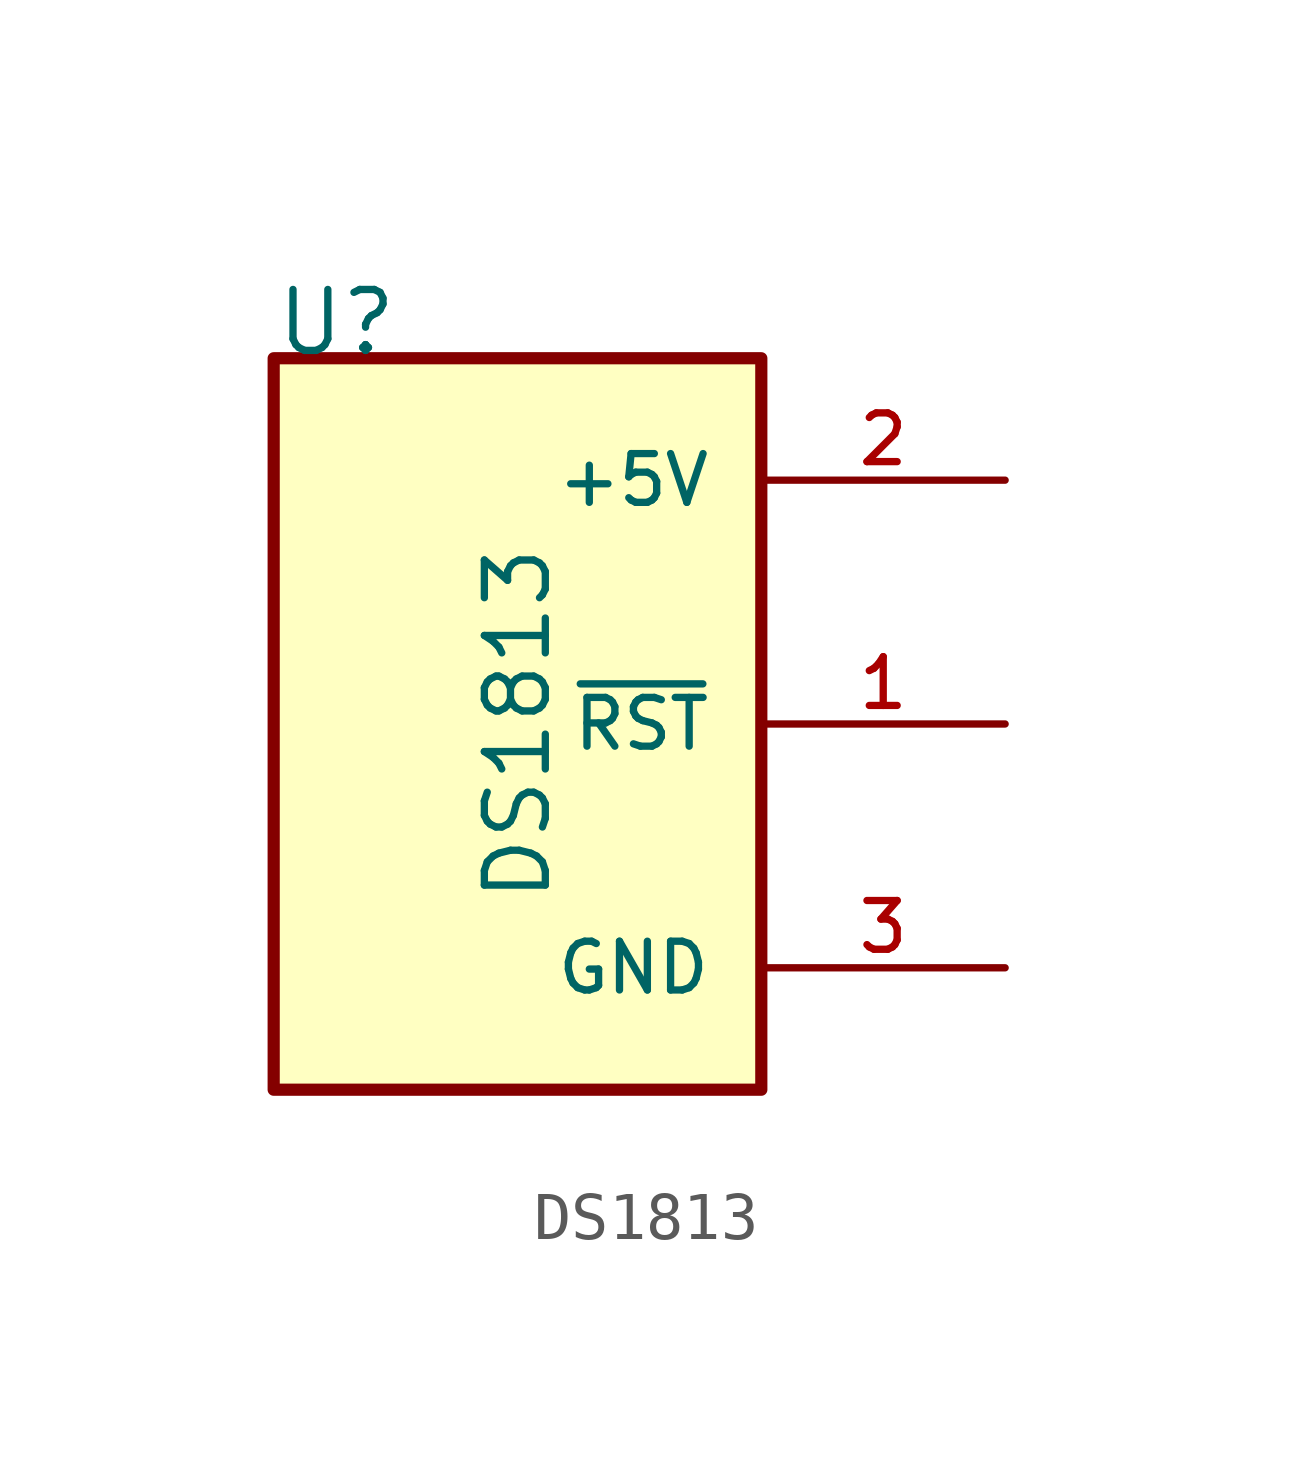
<source format=kicad_sym>
(kicad_symbol_lib
  (version 20211014)
  (generator kicad_symbol_editor)
  (symbol "DS1813"
    (pin_names
      (offset 1.016))
    (property "Reference" "U"
      (at -5.08 7.62 0)
      (effects (font (size 1.27 1.27)) (justify left bottom)))
    (property "Value" "DS1813"
      (at 0 0 90)
      (effects (font (size 1.27 1.27))))
    (symbol "DS1813_0_1"
      (rectangle (start -5.08 7.62) (end 5.08 -7.62) (stroke (width 0.254) (type default) (color 0 0 0 0)) (fill (type background))))
    (symbol "DS1813_1_1"
      (pin output line (at 10.16 0 180) (length 5.08) (name "~{RST}" (effects (font (size 1.016 1.016)))) (number "1" (effects (font (size 1.016 1.016)))))
      (pin power_in line (at 10.16 5.08 180) (length 5.08) (name "+5V" (effects (font (size 1.016 1.016)))) (number "2" (effects (font (size 1.016 1.016)))))
      (pin power_in line (at 10.16 -5.08 180) (length 5.08) (name "GND" (effects (font (size 1.016 1.016)))) (number "3" (effects (font (size 1.016 1.016))))))))
</source>
